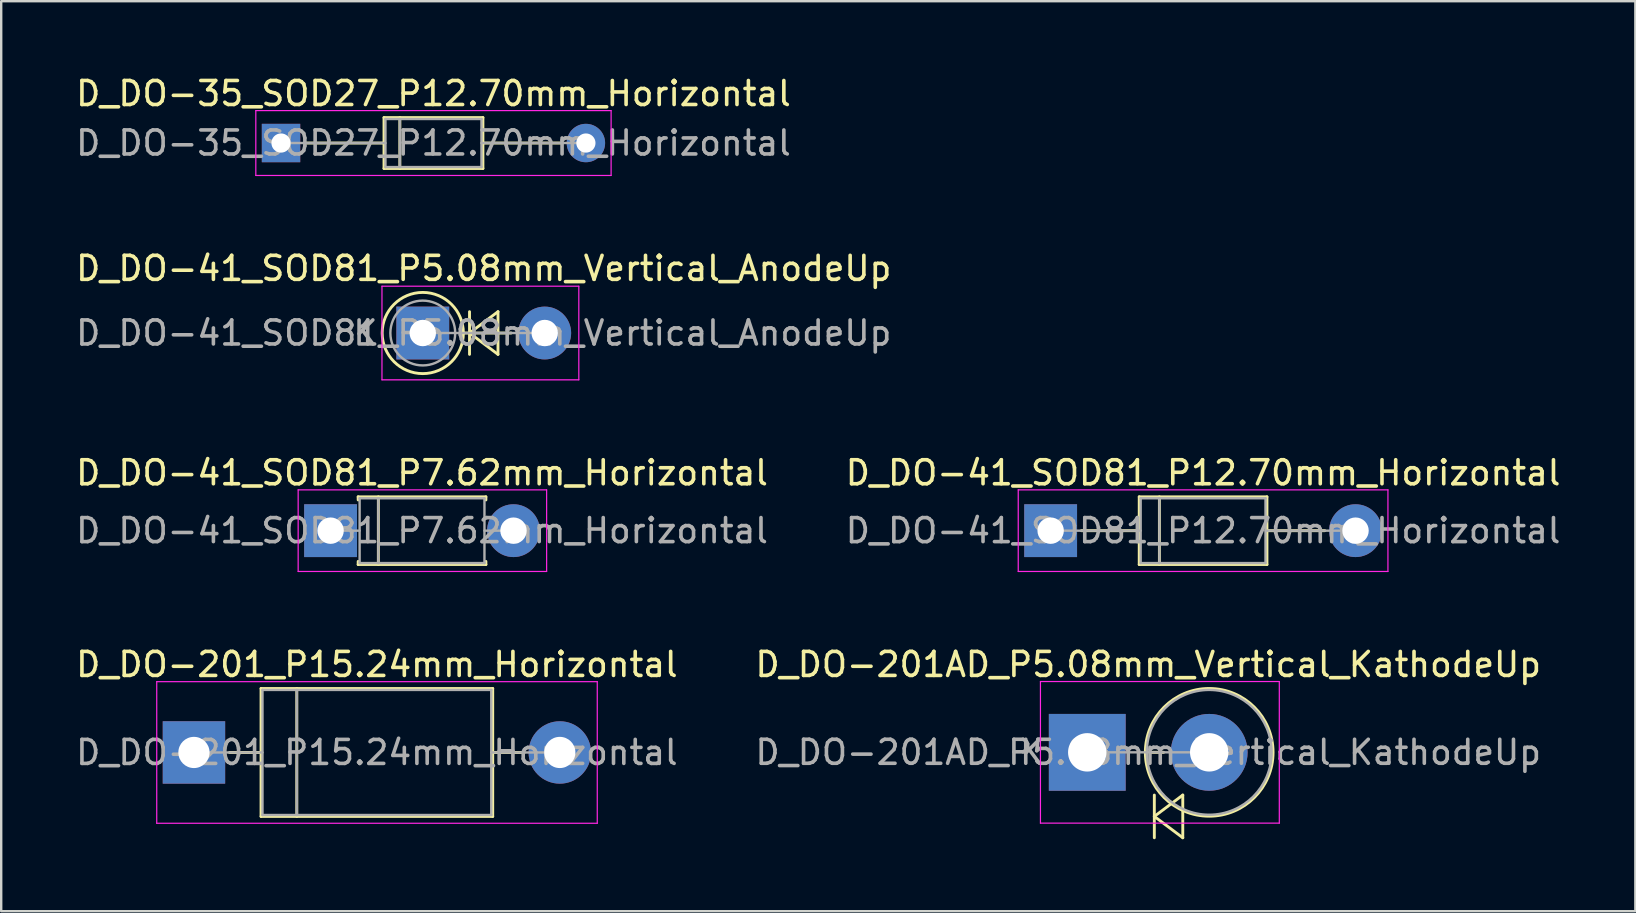
<source format=kicad_pcb>
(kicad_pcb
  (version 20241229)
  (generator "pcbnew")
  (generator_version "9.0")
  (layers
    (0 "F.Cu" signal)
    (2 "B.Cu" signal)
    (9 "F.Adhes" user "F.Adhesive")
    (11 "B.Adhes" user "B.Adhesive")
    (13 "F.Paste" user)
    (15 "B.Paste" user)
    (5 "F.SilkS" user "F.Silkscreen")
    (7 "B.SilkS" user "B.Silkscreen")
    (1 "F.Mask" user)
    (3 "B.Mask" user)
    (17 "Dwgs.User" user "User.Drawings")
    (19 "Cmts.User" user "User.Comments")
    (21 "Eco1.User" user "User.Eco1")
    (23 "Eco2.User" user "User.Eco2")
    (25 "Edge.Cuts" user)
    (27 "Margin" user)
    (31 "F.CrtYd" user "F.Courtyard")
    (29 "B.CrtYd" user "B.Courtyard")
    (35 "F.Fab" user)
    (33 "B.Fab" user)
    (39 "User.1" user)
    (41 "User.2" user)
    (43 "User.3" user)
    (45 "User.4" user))
  (footprint "D_DO-41_SOD81_P7.62mm_Horizontal"
    (layer "F.Cu")
    (at 10.72 19.055)
    (property "Reference" "D_DO-41_SOD81_P7.62mm_Horizontal" (at 3.81 -2.41 0) (layer "F.SilkS") (effects (font (size 1 1) (thickness 0.15))))
    (attr through_hole)
    (fp_line (start 1.15 -1.41) (end 6.47 -1.41) (stroke (width 0.12) (type solid)) (layer "F.SilkS"))
    (fp_line (start 1.15 -1.28) (end 1.15 -1.41) (stroke (width 0.12) (type solid)) (layer "F.SilkS"))
    (fp_line (start 1.15 1.28) (end 1.15 1.41) (stroke (width 0.12) (type solid)) (layer "F.SilkS"))
    (fp_line (start 1.15 1.41) (end 6.47 1.41) (stroke (width 0.12) (type solid)) (layer "F.SilkS"))
    (fp_line (start 1.99 -1.41) (end 1.99 1.41) (stroke (width 0.12) (type solid)) (layer "F.SilkS"))
    (fp_line (start 6.47 -1.41) (end 6.47 -1.28) (stroke (width 0.12) (type solid)) (layer "F.SilkS"))
    (fp_line (start 6.47 1.41) (end 6.47 1.28) (stroke (width 0.12) (type solid)) (layer "F.SilkS"))
    (fp_line (start -1.35 -1.7) (end -1.35 1.7) (stroke (width 0.05) (type solid)) (layer "F.CrtYd"))
    (fp_line (start -1.35 1.7) (end 9 1.7) (stroke (width 0.05) (type solid)) (layer "F.CrtYd"))
    (fp_line (start 9 -1.7) (end -1.35 -1.7) (stroke (width 0.05) (type solid)) (layer "F.CrtYd"))
    (fp_line (start 9 1.7) (end 9 -1.7) (stroke (width 0.05) (type solid)) (layer "F.CrtYd"))
    (fp_line (start 0 0) (end 1.21 0) (stroke (width 0.1) (type solid)) (layer "F.Fab"))
    (fp_line (start 1.21 -1.35) (end 1.21 1.35) (stroke (width 0.1) (type solid)) (layer "F.Fab"))
    (fp_line (start 1.21 1.35) (end 6.41 1.35) (stroke (width 0.1) (type solid)) (layer "F.Fab"))
    (fp_line (start 1.99 -1.35) (end 1.99 1.35) (stroke (width 0.1) (type solid)) (layer "F.Fab"))
    (fp_line (start 6.41 -1.35) (end 1.21 -1.35) (stroke (width 0.1) (type solid)) (layer "F.Fab"))
    (fp_line (start 6.41 1.35) (end 6.41 -1.35) (stroke (width 0.1) (type solid)) (layer "F.Fab"))
    (fp_line (start 7.62 0) (end 6.41 0) (stroke (width 0.1) (type solid)) (layer "F.Fab"))
    (fp_text user "${REFERENCE}" (at 3.81 0 0) (layer "F.Fab") (effects (font (size 1 1) (thickness 0.15))))
    (pad "1" thru_hole rect (at 0 0) (size 2.2 2.2) (drill 1.1) (layers "*.Cu" "*.Mask"))
    (pad "2" thru_hole oval (at 7.62 0) (size 2.2 2.2) (drill 1.1) (layers "*.Cu" "*.Mask")))
  (footprint "D_DO-41_SOD81_P12.70mm_Horizontal"
    (layer "F.Cu")
    (at 40.715 19.055)
    (property "Reference" "D_DO-41_SOD81_P12.70mm_Horizontal" (at 6.35 -2.41 0) (layer "F.SilkS") (effects (font (size 1 1) (thickness 0.15))))
    (attr through_hole)
    (fp_line (start 1.28 0) (end 3.69 0) (stroke (width 0.12) (type solid)) (layer "F.SilkS"))
    (fp_line (start 3.69 -1.41) (end 3.69 1.41) (stroke (width 0.12) (type solid)) (layer "F.SilkS"))
    (fp_line (start 3.69 1.41) (end 9.01 1.41) (stroke (width 0.12) (type solid)) (layer "F.SilkS"))
    (fp_line (start 4.53 -1.41) (end 4.53 1.41) (stroke (width 0.12) (type solid)) (layer "F.SilkS"))
    (fp_line (start 9.01 -1.41) (end 3.69 -1.41) (stroke (width 0.12) (type solid)) (layer "F.SilkS"))
    (fp_line (start 9.01 1.41) (end 9.01 -1.41) (stroke (width 0.12) (type solid)) (layer "F.SilkS"))
    (fp_line (start 11.42 0) (end 9.01 0) (stroke (width 0.12) (type solid)) (layer "F.SilkS"))
    (fp_line (start -1.35 -1.7) (end -1.35 1.7) (stroke (width 0.05) (type solid)) (layer "F.CrtYd"))
    (fp_line (start -1.35 1.7) (end 14.05 1.7) (stroke (width 0.05) (type solid)) (layer "F.CrtYd"))
    (fp_line (start 14.05 -1.7) (end -1.35 -1.7) (stroke (width 0.05) (type solid)) (layer "F.CrtYd"))
    (fp_line (start 14.05 1.7) (end 14.05 -1.7) (stroke (width 0.05) (type solid)) (layer "F.CrtYd"))
    (fp_line (start 0 0) (end 3.75 0) (stroke (width 0.1) (type solid)) (layer "F.Fab"))
    (fp_line (start 3.75 -1.35) (end 3.75 1.35) (stroke (width 0.1) (type solid)) (layer "F.Fab"))
    (fp_line (start 3.75 1.35) (end 8.95 1.35) (stroke (width 0.1) (type solid)) (layer "F.Fab"))
    (fp_line (start 4.53 -1.35) (end 4.53 1.35) (stroke (width 0.1) (type solid)) (layer "F.Fab"))
    (fp_line (start 8.95 -1.35) (end 3.75 -1.35) (stroke (width 0.1) (type solid)) (layer "F.Fab"))
    (fp_line (start 8.95 1.35) (end 8.95 -1.35) (stroke (width 0.1) (type solid)) (layer "F.Fab"))
    (fp_line (start 12.7 0) (end 8.95 0) (stroke (width 0.1) (type solid)) (layer "F.Fab"))
    (fp_text user "${REFERENCE}" (at 6.35 0 0) (layer "F.Fab") (effects (font (size 1 1) (thickness 0.15))))
    (pad "1" thru_hole rect (at 0 0) (size 2.2 2.2) (drill 1.1) (layers "*.Cu" "*.Mask"))
    (pad "2" thru_hole oval (at 12.7 0) (size 2.2 2.2) (drill 1.1) (layers "*.Cu" "*.Mask")))
  (footprint "D_DO-35_SOD27_P12.70mm_Horizontal"
    (layer "F.Cu")
    (at 8.656 2.908)
    (property "Reference" "D_DO-35_SOD27_P12.70mm_Horizontal" (at 6.35 -2.06 0) (layer "F.SilkS") (effects (font (size 1 1) (thickness 0.15))))
    (attr through_hole)
    (fp_line (start 0.98 0) (end 4.29 0) (stroke (width 0.12) (type solid)) (layer "F.SilkS"))
    (fp_line (start 4.29 -1.06) (end 4.29 1.06) (stroke (width 0.12) (type solid)) (layer "F.SilkS"))
    (fp_line (start 4.29 1.06) (end 8.41 1.06) (stroke (width 0.12) (type solid)) (layer "F.SilkS"))
    (fp_line (start 4.95 -1.06) (end 4.95 1.06) (stroke (width 0.12) (type solid)) (layer "F.SilkS"))
    (fp_line (start 8.41 -1.06) (end 4.29 -1.06) (stroke (width 0.12) (type solid)) (layer "F.SilkS"))
    (fp_line (start 8.41 1.06) (end 8.41 -1.06) (stroke (width 0.12) (type solid)) (layer "F.SilkS"))
    (fp_line (start 11.72 0) (end 8.41 0) (stroke (width 0.12) (type solid)) (layer "F.SilkS"))
    (fp_line (start -1.05 -1.35) (end -1.05 1.35) (stroke (width 0.05) (type solid)) (layer "F.CrtYd"))
    (fp_line (start -1.05 1.35) (end 13.75 1.35) (stroke (width 0.05) (type solid)) (layer "F.CrtYd"))
    (fp_line (start 13.75 -1.35) (end -1.05 -1.35) (stroke (width 0.05) (type solid)) (layer "F.CrtYd"))
    (fp_line (start 13.75 1.35) (end 13.75 -1.35) (stroke (width 0.05) (type solid)) (layer "F.CrtYd"))
    (fp_line (start 0 0) (end 4.35 0) (stroke (width 0.1) (type solid)) (layer "F.Fab"))
    (fp_line (start 4.35 -1) (end 4.35 1) (stroke (width 0.1) (type solid)) (layer "F.Fab"))
    (fp_line (start 4.35 1) (end 8.35 1) (stroke (width 0.1) (type solid)) (layer "F.Fab"))
    (fp_line (start 4.95 -1) (end 4.95 1) (stroke (width 0.1) (type solid)) (layer "F.Fab"))
    (fp_line (start 8.35 -1) (end 4.35 -1) (stroke (width 0.1) (type solid)) (layer "F.Fab"))
    (fp_line (start 8.35 1) (end 8.35 -1) (stroke (width 0.1) (type solid)) (layer "F.Fab"))
    (fp_line (start 12.7 0) (end 8.35 0) (stroke (width 0.1) (type solid)) (layer "F.Fab"))
    (fp_text user "${REFERENCE}" (at 6.35 0 0) (layer "F.Fab") (effects (font (size 1 1) (thickness 0.15))))
    (pad "1" thru_hole rect (at 0 0) (size 1.6 1.6) (drill 0.8) (layers "*.Cu" "*.Mask"))
    (pad "2" thru_hole oval (at 12.7 0) (size 1.6 1.6) (drill 0.8) (layers "*.Cu" "*.Mask")))
  (footprint "D_DO-41_SOD81_P5.08mm_Vertical_AnodeUp"
    (layer "F.Cu")
    (at 14.561 10.822)
    (property "Reference" "D_DO-41_SOD81_P5.08mm_Vertical_AnodeUp" (at 2.54 -2.691 0) (layer "F.SilkS") (effects (font (size 1 1) (thickness 0.15))))
    (attr through_hole)
    (fp_line (start 1.691 0) (end 3.68 0) (stroke (width 0.12) (type solid)) (layer "F.SilkS"))
    (fp_line (start 1.947 -0.889) (end 1.947 0.889) (stroke (width 0.12) (type solid)) (layer "F.SilkS"))
    (fp_line (start 1.947 0) (end 3.133 -0.889) (stroke (width 0.12) (type solid)) (layer "F.SilkS"))
    (fp_line (start 3.133 -0.889) (end 3.133 0.889) (stroke (width 0.12) (type solid)) (layer "F.SilkS"))
    (fp_line (start 3.133 0.889) (end 1.947 0) (stroke (width 0.12) (type solid)) (layer "F.SilkS"))
    (fp_circle (center 0 0) (end 1.691 0) (stroke (width 0.12) (type solid)) (fill no) (layer "F.SilkS"))
    (fp_line (start -1.7 -1.95) (end -1.7 1.95) (stroke (width 0.05) (type solid)) (layer "F.CrtYd"))
    (fp_line (start -1.7 1.95) (end 6.5 1.95) (stroke (width 0.05) (type solid)) (layer "F.CrtYd"))
    (fp_line (start 6.5 -1.95) (end -1.7 -1.95) (stroke (width 0.05) (type solid)) (layer "F.CrtYd"))
    (fp_line (start 6.5 1.95) (end 6.5 -1.95) (stroke (width 0.05) (type solid)) (layer "F.CrtYd"))
    (fp_line (start 0 0) (end 5.08 0) (stroke (width 0.1) (type solid)) (layer "F.Fab"))
    (fp_circle (center 0 0) (end 1.35 0) (stroke (width 0.1) (type solid)) (fill no) (layer "F.Fab"))
    (fp_text user "${REFERENCE}" (at 2.54 0 0) (layer "F.Fab") (effects (font (size 1 1) (thickness 0.15))))
    (fp_text user "K" (at -2.391 0 0) (layer "F.Fab") (effects (font (size 1 1) (thickness 0.15))))
    (pad "1" thru_hole rect (at 0 0) (size 2.2 2.2) (drill 1.1) (layers "*.Cu" "*.Mask"))
    (pad "2" thru_hole oval (at 5.08 0) (size 2.2 2.2) (drill 1.1) (layers "*.Cu" "*.Mask")))
  (footprint "D_DO-201_P15.24mm_Horizontal"
    (layer "F.Cu")
    (at 5.029 28.294)
    (property "Reference" "D_DO-201_P15.24mm_Horizontal" (at 7.62 -3.665 0) (layer "F.SilkS") (effects (font (size 1 1) (thickness 0.15))))
    (attr through_hole)
    (fp_line (start 1.48 0) (end 2.795 0) (stroke (width 0.12) (type solid)) (layer "F.SilkS"))
    (fp_line (start 2.795 -2.665) (end 2.795 2.665) (stroke (width 0.12) (type solid)) (layer "F.SilkS"))
    (fp_line (start 2.795 2.665) (end 12.445 2.665) (stroke (width 0.12) (type solid)) (layer "F.SilkS"))
    (fp_line (start 4.285 -2.665) (end 4.285 2.665) (stroke (width 0.12) (type solid)) (layer "F.SilkS"))
    (fp_line (start 12.445 -2.665) (end 2.795 -2.665) (stroke (width 0.12) (type solid)) (layer "F.SilkS"))
    (fp_line (start 12.445 2.665) (end 12.445 -2.665) (stroke (width 0.12) (type solid)) (layer "F.SilkS"))
    (fp_line (start 13.76 0) (end 12.445 0) (stroke (width 0.12) (type solid)) (layer "F.SilkS"))
    (fp_line (start -1.55 -2.95) (end -1.55 2.95) (stroke (width 0.05) (type solid)) (layer "F.CrtYd"))
    (fp_line (start -1.55 2.95) (end 16.8 2.95) (stroke (width 0.05) (type solid)) (layer "F.CrtYd"))
    (fp_line (start 16.8 -2.95) (end -1.55 -2.95) (stroke (width 0.05) (type solid)) (layer "F.CrtYd"))
    (fp_line (start 16.8 2.95) (end 16.8 -2.95) (stroke (width 0.05) (type solid)) (layer "F.CrtYd"))
    (fp_line (start 0 0) (end 2.855 0) (stroke (width 0.1) (type solid)) (layer "F.Fab"))
    (fp_line (start 2.855 -2.605) (end 2.855 2.605) (stroke (width 0.1) (type solid)) (layer "F.Fab"))
    (fp_line (start 2.855 2.605) (end 12.385 2.605) (stroke (width 0.1) (type solid)) (layer "F.Fab"))
    (fp_line (start 4.285 -2.605) (end 4.285 2.605) (stroke (width 0.1) (type solid)) (layer "F.Fab"))
    (fp_line (start 12.385 -2.605) (end 2.855 -2.605) (stroke (width 0.1) (type solid)) (layer "F.Fab"))
    (fp_line (start 12.385 2.605) (end 12.385 -2.605) (stroke (width 0.1) (type solid)) (layer "F.Fab"))
    (fp_line (start 15.24 0) (end 12.385 0) (stroke (width 0.1) (type solid)) (layer "F.Fab"))
    (fp_text user "${REFERENCE}" (at 7.62 0 0) (layer "F.Fab") (effects (font (size 1 1) (thickness 0.15))))
    (pad "1" thru_hole rect (at 0 0) (size 2.6 2.6) (drill 1.3) (layers "*.Cu" "*.Mask"))
    (pad "2" thru_hole oval (at 15.24 0) (size 2.6 2.6) (drill 1.3) (layers "*.Cu" "*.Mask")))
  (footprint "D_DO-201AD_P5.08mm_Vertical_KathodeUp"
    (layer "F.Cu")
    (at 42.24 28.289)
    (property "Reference" "D_DO-201AD_P5.08mm_Vertical_KathodeUp" (at 2.54 -3.66 0) (layer "F.SilkS") (effects (font (size 1 1) (thickness 0.15))))
    (attr through_hole)
    (fp_line (start 2.66 0) (end 3.18 0) (stroke (width 0.12) (type solid)) (layer "F.SilkS"))
    (fp_line (start 2.794 1.78) (end 2.794 3.558) (stroke (width 0.12) (type solid)) (layer "F.SilkS"))
    (fp_line (start 2.794 2.669) (end 3.979 1.78) (stroke (width 0.12) (type solid)) (layer "F.SilkS"))
    (fp_line (start 3.979 1.78) (end 3.979 3.558) (stroke (width 0.12) (type solid)) (layer "F.SilkS"))
    (fp_line (start 3.979 3.558) (end 2.794 2.669) (stroke (width 0.12) (type solid)) (layer "F.SilkS"))
    (fp_circle (center 5.08 0) (end 7.74 0) (stroke (width 0.12) (type solid)) (fill no) (layer "F.SilkS"))
    (fp_line (start -1.95 -2.95) (end -1.95 2.95) (stroke (width 0.05) (type solid)) (layer "F.CrtYd"))
    (fp_line (start -1.95 2.95) (end 8 2.95) (stroke (width 0.05) (type solid)) (layer "F.CrtYd"))
    (fp_line (start 8 -2.95) (end -1.95 -2.95) (stroke (width 0.05) (type solid)) (layer "F.CrtYd"))
    (fp_line (start 8 2.95) (end 8 -2.95) (stroke (width 0.05) (type solid)) (layer "F.CrtYd"))
    (fp_line (start 0 0) (end 5.08 0) (stroke (width 0.1) (type solid)) (layer "F.Fab"))
    (fp_circle (center 5.08 0) (end 7.68 0) (stroke (width 0.1) (type solid)) (fill no) (layer "F.Fab"))
    (fp_text user "${REFERENCE}" (at 2.54 0 0) (layer "F.Fab") (effects (font (size 1 1) (thickness 0.15))))
    (fp_text user "K" (at -2.3 0 0) (layer "F.Fab") (effects (font (size 1 1) (thickness 0.15))))
    (pad "1" thru_hole rect (at 0 0) (size 3.2 3.2) (drill 1.6) (layers "*.Cu" "*.Mask"))
    (pad "2" thru_hole oval (at 5.08 0) (size 3.2 3.2) (drill 1.6) (layers "*.Cu" "*.Mask")))
  (gr_rect
    (start -3 -3)
    (end 65.071 34.907)
    (stroke (width 0.1) (type default))
    (fill no)
    (layer "Edge.Cuts")))
</source>
